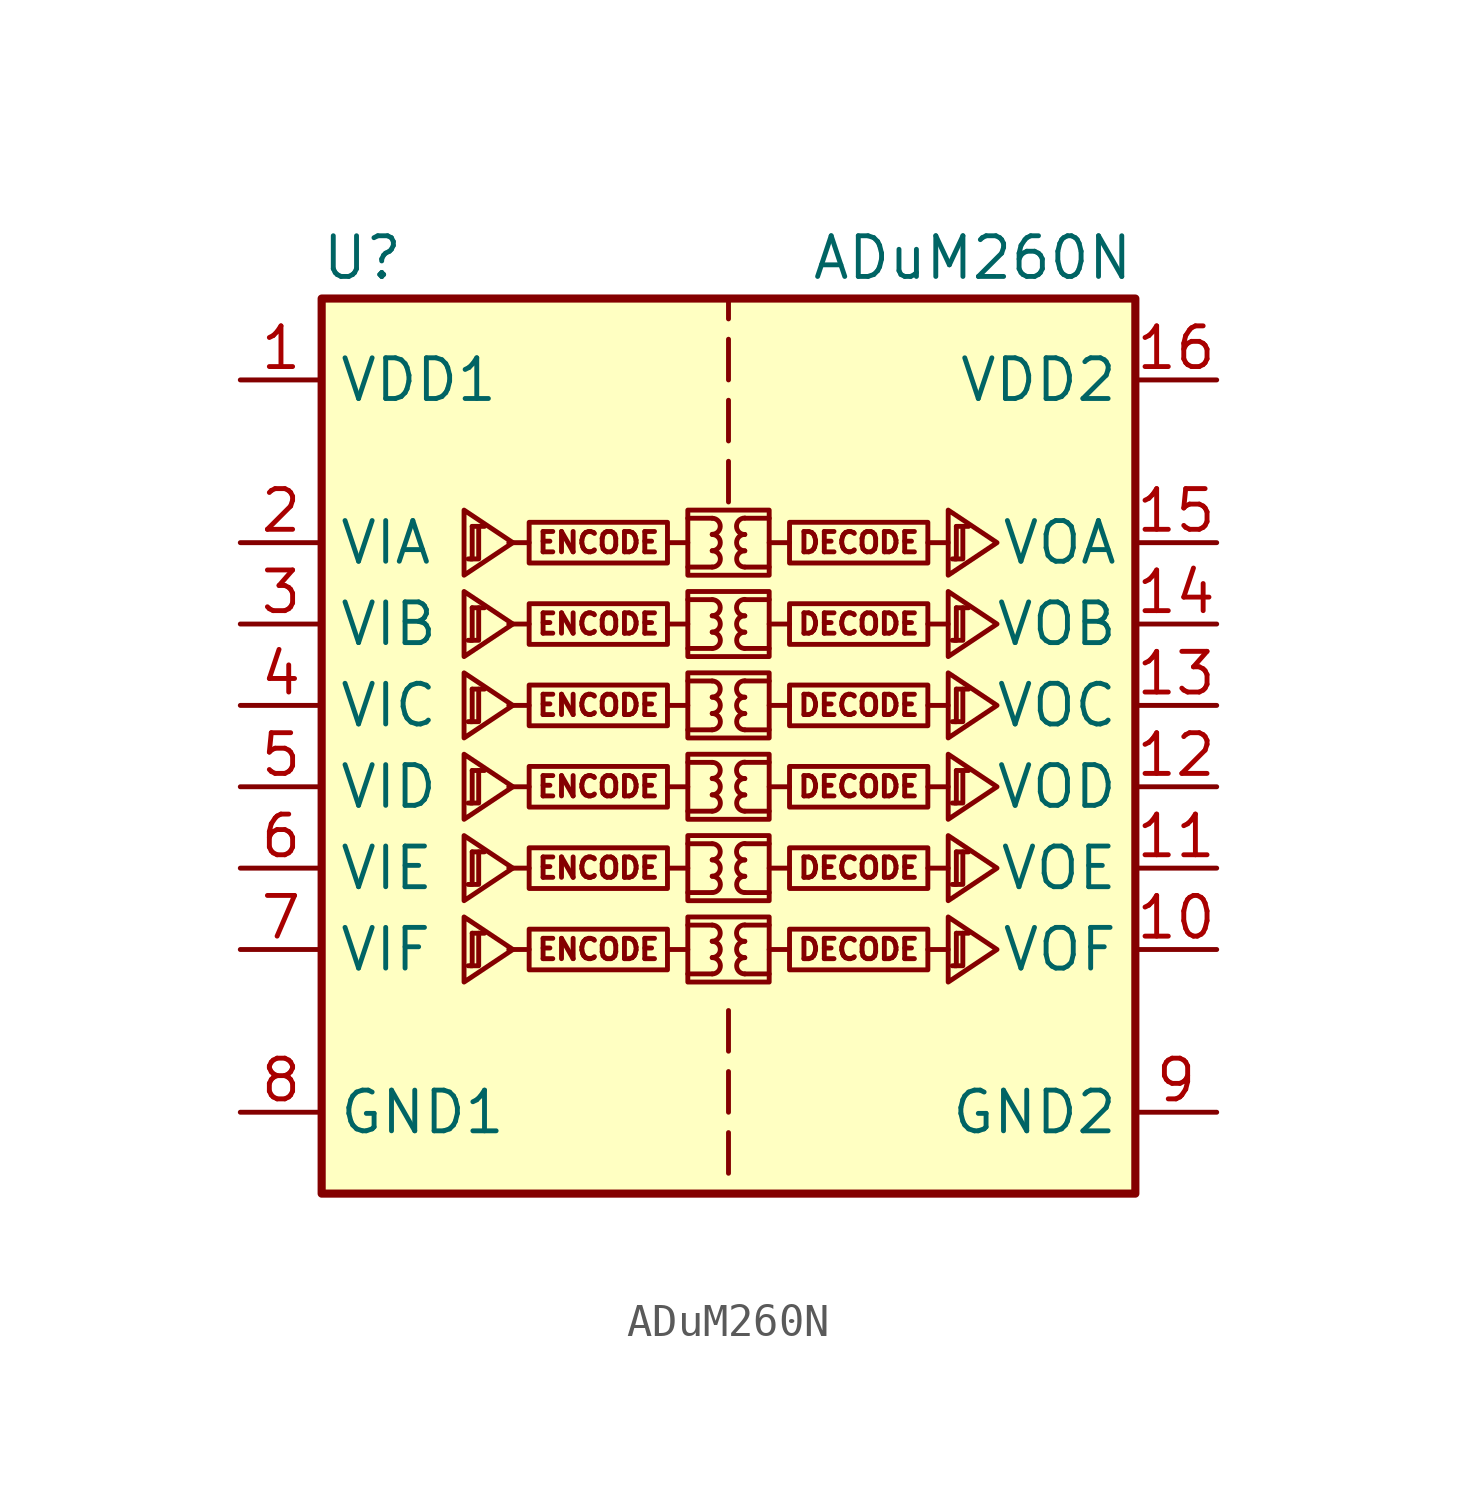
<source format=kicad_sym>
(kicad_symbol_lib
  (version 20201005)
  (generator kicad_symbol_editor)
  (symbol "ADuM260N"
    (property "Reference" "U"
      (at -11.43 16.51 0)
      (effects (font (size 1.27 1.27))))
    (property "Value" "ADuM260N"
      (at 7.62 16.51 0)
      (effects (font (size 1.27 1.27))))
    (symbol "ADuM260N_0_1"
      (polyline (pts (xy -8.001 8.128) (xy -7.62 8.128)) (stroke (width 0)) (fill (type none)))
      (polyline (pts (xy -8.052 7.112) (xy -7.798 7.112) (xy -7.798 8.128)) (stroke (width 0)) (fill (type none)))
      (polyline (pts (xy -8.001 8.128) (xy -8.001 7.112) (xy -8.128 7.112)) (stroke (width 0)) (fill (type none)))
      (polyline (pts (xy -6.731 7.62) (xy -8.255 8.636) (xy -8.255 6.604) (xy -6.731 7.62)) (stroke (width 0)) (fill (type none))))
    (symbol "ADuM260N_1_0"
      (arc (start -0.508 -5.842) (end -0.508 -5.334) (radius (at -0.508 -5.588) (length 0.254) (angles -89.9 89.9)) (stroke (width 0)) (fill (type none)))
      (arc (start -0.508 -5.334) (end -0.508 -4.826) (radius (at -0.508 -5.08) (length 0.254) (angles -89.9 89.9)) (stroke (width 0)) (fill (type none)))
      (arc (start -0.508 -4.826) (end -0.508 -4.318) (radius (at -0.508 -4.572) (length 0.254) (angles -89.9 89.9)) (stroke (width 0)) (fill (type none)))
      (arc (start -0.508 -3.302) (end -0.508 -2.794) (radius (at -0.508 -3.048) (length 0.254) (angles -89.9 89.9)) (stroke (width 0)) (fill (type none)))
      (arc (start -0.508 -2.794) (end -0.508 -2.286) (radius (at -0.508 -2.54) (length 0.254) (angles -89.9 89.9)) (stroke (width 0)) (fill (type none)))
      (arc (start -0.508 -2.286) (end -0.508 -1.778) (radius (at -0.508 -2.032) (length 0.254) (angles -89.9 89.9)) (stroke (width 0)) (fill (type none)))
      (arc (start -0.508 -0.762) (end -0.508 -0.254) (radius (at -0.508 -0.508) (length 0.254) (angles -89.9 89.9)) (stroke (width 0)) (fill (type none)))
      (arc (start -0.508 -0.254) (end -0.508 0.254) (radius (at -0.508 0) (length 0.254) (angles -89.9 89.9)) (stroke (width 0)) (fill (type none)))
      (arc (start -0.508 0.254) (end -0.508 0.762) (radius (at -0.508 0.508) (length 0.254) (angles -89.9 89.9)) (stroke (width 0)) (fill (type none)))
      (arc (start -0.508 1.778) (end -0.508 2.286) (radius (at -0.508 2.032) (length 0.254) (angles -89.9 89.9)) (stroke (width 0)) (fill (type none)))
      (arc (start -0.508 2.286) (end -0.508 2.794) (radius (at -0.508 2.54) (length 0.254) (angles -89.9 89.9)) (stroke (width 0)) (fill (type none)))
      (arc (start -0.508 2.794) (end -0.508 3.302) (radius (at -0.508 3.048) (length 0.254) (angles -89.9 89.9)) (stroke (width 0)) (fill (type none)))
      (arc (start -0.508 4.318) (end -0.508 4.826) (radius (at -0.508 4.572) (length 0.254) (angles -89.9 89.9)) (stroke (width 0)) (fill (type none)))
      (arc (start -0.508 4.826) (end -0.508 5.334) (radius (at -0.508 5.08) (length 0.254) (angles -89.9 89.9)) (stroke (width 0)) (fill (type none)))
      (arc (start -0.508 5.334) (end -0.508 5.842) (radius (at -0.508 5.588) (length 0.254) (angles -89.9 89.9)) (stroke (width 0)) (fill (type none)))
      (arc (start -0.508 6.858) (end -0.508 7.366) (radius (at -0.508 7.112) (length 0.254) (angles -89.9 89.9)) (stroke (width 0)) (fill (type none)))
      (arc (start -0.508 7.366) (end -0.508 7.874) (radius (at -0.508 7.62) (length 0.254) (angles -89.9 89.9)) (stroke (width 0)) (fill (type none)))
      (arc (start -0.508 7.874) (end -0.508 8.382) (radius (at -0.508 8.128) (length 0.254) (angles -89.9 89.9)) (stroke (width 0)) (fill (type none)))
      (arc (start 0.508 -5.334) (end 0.508 -5.842) (radius (at 0.508 -5.588) (length 0.254) (angles 90.1 -90.1)) (stroke (width 0)) (fill (type none)))
      (arc (start 0.508 -4.826) (end 0.508 -5.334) (radius (at 0.508 -5.08) (length 0.254) (angles 90.1 -90.1)) (stroke (width 0)) (fill (type none)))
      (arc (start 0.508 -4.318) (end 0.508 -4.826) (radius (at 0.508 -4.572) (length 0.254) (angles 90.1 -90.1)) (stroke (width 0)) (fill (type none)))
      (arc (start 0.508 -2.794) (end 0.508 -3.302) (radius (at 0.508 -3.048) (length 0.254) (angles 90.1 -90.1)) (stroke (width 0)) (fill (type none)))
      (arc (start 0.508 -2.286) (end 0.508 -2.794) (radius (at 0.508 -2.54) (length 0.254) (angles 90.1 -90.1)) (stroke (width 0)) (fill (type none)))
      (arc (start 0.508 -1.778) (end 0.508 -2.286) (radius (at 0.508 -2.032) (length 0.254) (angles 90.1 -90.1)) (stroke (width 0)) (fill (type none)))
      (arc (start 0.508 -0.254) (end 0.508 -0.762) (radius (at 0.508 -0.508) (length 0.254) (angles 90.1 -90.1)) (stroke (width 0)) (fill (type none)))
      (arc (start 0.508 0.254) (end 0.508 -0.254) (radius (at 0.508 0) (length 0.254) (angles 90.1 -90.1)) (stroke (width 0)) (fill (type none)))
      (arc (start 0.508 0.762) (end 0.508 0.254) (radius (at 0.508 0.508) (length 0.254) (angles 90.1 -90.1)) (stroke (width 0)) (fill (type none)))
      (arc (start 0.508 2.286) (end 0.508 1.778) (radius (at 0.508 2.032) (length 0.254) (angles 90.1 -90.1)) (stroke (width 0)) (fill (type none)))
      (arc (start 0.508 2.794) (end 0.508 2.286) (radius (at 0.508 2.54) (length 0.254) (angles 90.1 -90.1)) (stroke (width 0)) (fill (type none)))
      (arc (start 0.508 3.302) (end 0.508 2.794) (radius (at 0.508 3.048) (length 0.254) (angles 90.1 -90.1)) (stroke (width 0)) (fill (type none)))
      (arc (start 0.508 4.826) (end 0.508 4.318) (radius (at 0.508 4.572) (length 0.254) (angles 90.1 -90.1)) (stroke (width 0)) (fill (type none)))
      (arc (start 0.508 5.334) (end 0.508 4.826) (radius (at 0.508 5.08) (length 0.254) (angles 90.1 -90.1)) (stroke (width 0)) (fill (type none)))
      (arc (start 0.508 5.842) (end 0.508 5.334) (radius (at 0.508 5.588) (length 0.254) (angles 90.1 -90.1)) (stroke (width 0)) (fill (type none)))
      (arc (start 0.508 7.366) (end 0.508 6.858) (radius (at 0.508 7.112) (length 0.254) (angles 90.1 -90.1)) (stroke (width 0)) (fill (type none)))
      (arc (start 0.508 7.874) (end 0.508 7.366) (radius (at 0.508 7.62) (length 0.254) (angles 90.1 -90.1)) (stroke (width 0)) (fill (type none)))
      (arc (start 0.508 8.382) (end 0.508 7.874) (radius (at 0.508 8.128) (length 0.254) (angles 90.1 -90.1)) (stroke (width 0)) (fill (type none)))
      (text "DECODE" (at 4.064 -5.08 0) (effects (font (size 0.635 0.635))))
      (text "DECODE" (at 4.064 -2.54 0) (effects (font (size 0.635 0.635))))
      (text "DECODE" (at 4.064 0 0) (effects (font (size 0.635 0.635))))
      (text "DECODE" (at 4.064 2.54 0) (effects (font (size 0.635 0.635))))
      (text "DECODE" (at 4.064 5.08 0) (effects (font (size 0.635 0.635))))
      (text "DECODE" (at 4.064 7.62 0) (effects (font (size 0.635 0.635))))
      (text "ENCODE" (at -4.064 -5.08 0) (effects (font (size 0.635 0.635))))
      (text "ENCODE" (at -4.064 -2.54 0) (effects (font (size 0.635 0.635))))
      (text "ENCODE" (at -4.064 0 0) (effects (font (size 0.635 0.635))))
      (text "ENCODE" (at -4.064 2.54 0) (effects (font (size 0.635 0.635))))
      (text "ENCODE" (at -4.064 5.08 0) (effects (font (size 0.635 0.635))))
      (text "ENCODE" (at -4.064 7.62 0) (effects (font (size 0.635 0.635))))
      (rectangle (start -1.27 -4.064) (end 1.27 -6.096) (stroke (width 0)) (fill (type none)))
      (rectangle (start -1.27 -1.524) (end 1.27 -3.556) (stroke (width 0)) (fill (type none)))
      (rectangle (start -1.27 1.016) (end 1.27 -1.016) (stroke (width 0)) (fill (type none)))
      (rectangle (start -1.27 3.556) (end 1.27 1.524) (stroke (width 0)) (fill (type none)))
      (rectangle (start -1.27 6.096) (end 1.27 4.064) (stroke (width 0)) (fill (type none)))
      (rectangle (start -1.27 8.636) (end 1.27 6.604) (stroke (width 0)) (fill (type none)))
      (rectangle (start 1.905 -4.445) (end 6.223 -5.715) (stroke (width 0)) (fill (type none)))
      (rectangle (start 1.905 -1.905) (end 6.223 -3.175) (stroke (width 0)) (fill (type none)))
      (rectangle (start 1.905 0.635) (end 6.223 -0.635) (stroke (width 0)) (fill (type none)))
      (rectangle (start 1.905 3.175) (end 6.223 1.905) (stroke (width 0)) (fill (type none)))
      (rectangle (start 1.905 5.715) (end 6.223 4.445) (stroke (width 0)) (fill (type none)))
      (rectangle (start 1.905 8.255) (end 6.223 6.985) (stroke (width 0)) (fill (type none)))
      (polyline (pts (xy -6.223 -5.08) (xy -6.858 -5.08)) (stroke (width 0)) (fill (type none)))
      (polyline (pts (xy -6.223 -2.54) (xy -6.858 -2.54)) (stroke (width 0)) (fill (type none)))
      (polyline (pts (xy -6.223 0) (xy -6.858 0)) (stroke (width 0)) (fill (type none)))
      (polyline (pts (xy -6.223 2.54) (xy -6.858 2.54)) (stroke (width 0)) (fill (type none)))
      (polyline (pts (xy -6.223 5.08) (xy -6.858 5.08)) (stroke (width 0)) (fill (type none)))
      (polyline (pts (xy -6.223 7.62) (xy -6.858 7.62)) (stroke (width 0)) (fill (type none)))
      (polyline (pts (xy -1.905 -5.08) (xy -1.27 -5.08)) (stroke (width 0)) (fill (type none)))
      (polyline (pts (xy -1.905 -2.54) (xy -1.27 -2.54)) (stroke (width 0)) (fill (type none)))
      (polyline (pts (xy -1.905 0) (xy -1.27 0)) (stroke (width 0)) (fill (type none)))
      (polyline (pts (xy -1.905 2.54) (xy -1.27 2.54)) (stroke (width 0)) (fill (type none)))
      (polyline (pts (xy -1.905 5.08) (xy -1.27 5.08)) (stroke (width 0)) (fill (type none)))
      (polyline (pts (xy -1.905 7.62) (xy -1.27 7.62)) (stroke (width 0)) (fill (type none)))
      (polyline (pts (xy -1.27 -5.842) (xy -0.508 -5.842)) (stroke (width 0)) (fill (type none)))
      (polyline (pts (xy -1.27 -4.318) (xy -0.508 -4.318)) (stroke (width 0)) (fill (type none)))
      (polyline (pts (xy -1.27 -3.302) (xy -0.508 -3.302)) (stroke (width 0)) (fill (type none)))
      (polyline (pts (xy -1.27 -1.778) (xy -0.508 -1.778)) (stroke (width 0)) (fill (type none)))
      (polyline (pts (xy -1.27 -0.762) (xy -0.508 -0.762)) (stroke (width 0)) (fill (type none)))
      (polyline (pts (xy -1.27 0.762) (xy -0.508 0.762)) (stroke (width 0)) (fill (type none)))
      (polyline (pts (xy -1.27 1.778) (xy -0.508 1.778)) (stroke (width 0)) (fill (type none)))
      (polyline (pts (xy -1.27 3.302) (xy -0.508 3.302)) (stroke (width 0)) (fill (type none)))
      (polyline (pts (xy -1.27 4.318) (xy -0.508 4.318)) (stroke (width 0)) (fill (type none)))
      (polyline (pts (xy -1.27 5.842) (xy -0.508 5.842)) (stroke (width 0)) (fill (type none)))
      (polyline (pts (xy -1.27 6.858) (xy -0.508 6.858)) (stroke (width 0)) (fill (type none)))
      (polyline (pts (xy -1.27 8.382) (xy -0.508 8.382)) (stroke (width 0)) (fill (type none)))
      (polyline (pts (xy 0 -10.795) (xy 0 -12.065)) (stroke (width 0)) (fill (type none)))
      (polyline (pts (xy 0 -8.89) (xy 0 -10.16)) (stroke (width 0)) (fill (type none)))
      (polyline (pts (xy 0 -6.985) (xy 0 -8.255)) (stroke (width 0)) (fill (type none)))
      (polyline (pts (xy 0 8.89) (xy 0 10.16)) (stroke (width 0)) (fill (type none)))
      (polyline (pts (xy 0 12.065) (xy 0 10.795)) (stroke (width 0)) (fill (type none)))
      (polyline (pts (xy 0 13.97) (xy 0 12.7)) (stroke (width 0)) (fill (type none)))
      (polyline (pts (xy 0 14.605) (xy 0 15.24)) (stroke (width 0)) (fill (type none)))
      (polyline (pts (xy 1.27 -5.842) (xy 0.508 -5.842)) (stroke (width 0)) (fill (type none)))
      (polyline (pts (xy 1.27 -4.318) (xy 0.508 -4.318)) (stroke (width 0)) (fill (type none)))
      (polyline (pts (xy 1.27 -3.302) (xy 0.508 -3.302)) (stroke (width 0)) (fill (type none)))
      (polyline (pts (xy 1.27 -1.778) (xy 0.508 -1.778)) (stroke (width 0)) (fill (type none)))
      (polyline (pts (xy 1.27 -0.762) (xy 0.508 -0.762)) (stroke (width 0)) (fill (type none)))
      (polyline (pts (xy 1.27 0.762) (xy 0.508 0.762)) (stroke (width 0)) (fill (type none)))
      (polyline (pts (xy 1.27 1.778) (xy 0.508 1.778)) (stroke (width 0)) (fill (type none)))
      (polyline (pts (xy 1.27 3.302) (xy 0.508 3.302)) (stroke (width 0)) (fill (type none)))
      (polyline (pts (xy 1.27 4.318) (xy 0.508 4.318)) (stroke (width 0)) (fill (type none)))
      (polyline (pts (xy 1.27 5.842) (xy 0.508 5.842)) (stroke (width 0)) (fill (type none)))
      (polyline (pts (xy 1.27 6.858) (xy 0.508 6.858)) (stroke (width 0)) (fill (type none)))
      (polyline (pts (xy 1.27 8.382) (xy 0.508 8.382)) (stroke (width 0)) (fill (type none)))
      (polyline (pts (xy 1.905 -5.08) (xy 1.27 -5.08)) (stroke (width 0)) (fill (type none)))
      (polyline (pts (xy 1.905 -2.54) (xy 1.27 -2.54)) (stroke (width 0)) (fill (type none)))
      (polyline (pts (xy 1.905 0) (xy 1.27 0)) (stroke (width 0)) (fill (type none)))
      (polyline (pts (xy 1.905 2.54) (xy 1.27 2.54)) (stroke (width 0)) (fill (type none)))
      (polyline (pts (xy 1.905 5.08) (xy 1.27 5.08)) (stroke (width 0)) (fill (type none)))
      (polyline (pts (xy 1.905 7.62) (xy 1.27 7.62)) (stroke (width 0)) (fill (type none)))
      (polyline (pts (xy 6.223 -5.08) (xy 6.858 -5.08)) (stroke (width 0)) (fill (type none)))
      (polyline (pts (xy 6.223 -2.54) (xy 6.858 -2.54)) (stroke (width 0)) (fill (type none)))
      (polyline (pts (xy 6.223 0) (xy 6.858 0)) (stroke (width 0)) (fill (type none)))
      (polyline (pts (xy 6.223 2.54) (xy 6.858 2.54)) (stroke (width 0)) (fill (type none)))
      (polyline (pts (xy 6.223 5.08) (xy 6.858 5.08)) (stroke (width 0)) (fill (type none)))
      (polyline (pts (xy 6.223 7.62) (xy 6.858 7.62)) (stroke (width 0)) (fill (type none))))
    (symbol "ADuM260N_1_1"
      (rectangle (start -1.905 -4.445) (end -6.223 -5.715) (stroke (width 0)) (fill (type none)))
      (rectangle (start -1.905 -1.905) (end -6.223 -3.175) (stroke (width 0)) (fill (type none)))
      (rectangle (start -1.905 0.635) (end -6.223 -0.635) (stroke (width 0)) (fill (type none)))
      (rectangle (start -1.905 3.175) (end -6.223 1.905) (stroke (width 0)) (fill (type none)))
      (rectangle (start -1.905 5.715) (end -6.223 4.445) (stroke (width 0)) (fill (type none)))
      (rectangle (start -1.905 8.255) (end -6.223 6.985) (stroke (width 0)) (fill (type none)))
      (rectangle (start -12.7 15.24) (end 12.7 -12.7) (stroke (width 0.254)) (fill (type background)))
      (polyline (pts (xy -8.001 -4.572) (xy -7.62 -4.572)) (stroke (width 0)) (fill (type none)))
      (polyline (pts (xy -8.001 -2.032) (xy -7.62 -2.032)) (stroke (width 0)) (fill (type none)))
      (polyline (pts (xy -8.001 0.508) (xy -7.62 0.508)) (stroke (width 0)) (fill (type none)))
      (polyline (pts (xy -8.001 3.048) (xy -7.62 3.048)) (stroke (width 0)) (fill (type none)))
      (polyline (pts (xy -8.001 5.588) (xy -7.62 5.588)) (stroke (width 0)) (fill (type none)))
      (polyline (pts (xy 7.112 -4.572) (xy 7.493 -4.572)) (stroke (width 0)) (fill (type none)))
      (polyline (pts (xy 7.112 -2.032) (xy 7.493 -2.032)) (stroke (width 0)) (fill (type none)))
      (polyline (pts (xy 7.112 0.508) (xy 7.493 0.508)) (stroke (width 0)) (fill (type none)))
      (polyline (pts (xy 7.112 3.048) (xy 7.493 3.048)) (stroke (width 0)) (fill (type none)))
      (polyline (pts (xy 7.112 5.588) (xy 7.493 5.588)) (stroke (width 0)) (fill (type none)))
      (polyline (pts (xy 7.112 8.128) (xy 7.493 8.128)) (stroke (width 0)) (fill (type none)))
      (polyline (pts (xy -8.052 -5.588) (xy -7.798 -5.588) (xy -7.798 -4.572)) (stroke (width 0)) (fill (type none)))
      (polyline (pts (xy -8.052 -3.048) (xy -7.798 -3.048) (xy -7.798 -2.032)) (stroke (width 0)) (fill (type none)))
      (polyline (pts (xy -8.052 -0.508) (xy -7.798 -0.508) (xy -7.798 0.508)) (stroke (width 0)) (fill (type none)))
      (polyline (pts (xy -8.052 2.032) (xy -7.798 2.032) (xy -7.798 3.048)) (stroke (width 0)) (fill (type none)))
      (polyline (pts (xy -8.052 4.572) (xy -7.798 4.572) (xy -7.798 5.588)) (stroke (width 0)) (fill (type none)))
      (polyline (pts (xy -8.001 -4.572) (xy -8.001 -5.588) (xy -8.128 -5.588)) (stroke (width 0)) (fill (type none)))
      (polyline (pts (xy -8.001 -2.032) (xy -8.001 -3.048) (xy -8.128 -3.048)) (stroke (width 0)) (fill (type none)))
      (polyline (pts (xy -8.001 0.508) (xy -8.001 -0.508) (xy -8.128 -0.508)) (stroke (width 0)) (fill (type none)))
      (polyline (pts (xy -8.001 3.048) (xy -8.001 2.032) (xy -8.128 2.032)) (stroke (width 0)) (fill (type none)))
      (polyline (pts (xy -8.001 5.588) (xy -8.001 4.572) (xy -8.128 4.572)) (stroke (width 0)) (fill (type none)))
      (polyline (pts (xy 7.061 -5.588) (xy 7.315 -5.588) (xy 7.315 -4.572)) (stroke (width 0)) (fill (type none)))
      (polyline (pts (xy 7.061 -3.048) (xy 7.315 -3.048) (xy 7.315 -2.032)) (stroke (width 0)) (fill (type none)))
      (polyline (pts (xy 7.061 -0.508) (xy 7.315 -0.508) (xy 7.315 0.508)) (stroke (width 0)) (fill (type none)))
      (polyline (pts (xy 7.061 2.032) (xy 7.315 2.032) (xy 7.315 3.048)) (stroke (width 0)) (fill (type none)))
      (polyline (pts (xy 7.061 4.572) (xy 7.315 4.572) (xy 7.315 5.588)) (stroke (width 0)) (fill (type none)))
      (polyline (pts (xy 7.061 7.112) (xy 7.315 7.112) (xy 7.315 8.128)) (stroke (width 0)) (fill (type none)))
      (polyline (pts (xy 7.112 -4.572) (xy 7.112 -5.588) (xy 6.985 -5.588)) (stroke (width 0)) (fill (type none)))
      (polyline (pts (xy 7.112 -2.032) (xy 7.112 -3.048) (xy 6.985 -3.048)) (stroke (width 0)) (fill (type none)))
      (polyline (pts (xy 7.112 0.508) (xy 7.112 -0.508) (xy 6.985 -0.508)) (stroke (width 0)) (fill (type none)))
      (polyline (pts (xy 7.112 3.048) (xy 7.112 2.032) (xy 6.985 2.032)) (stroke (width 0)) (fill (type none)))
      (polyline (pts (xy 7.112 5.588) (xy 7.112 4.572) (xy 6.985 4.572)) (stroke (width 0)) (fill (type none)))
      (polyline (pts (xy 7.112 8.128) (xy 7.112 7.112) (xy 6.985 7.112)) (stroke (width 0)) (fill (type none)))
      (polyline (pts (xy -6.731 -5.08) (xy -8.255 -4.064) (xy -8.255 -6.096) (xy -6.731 -5.08)) (stroke (width 0)) (fill (type none)))
      (polyline (pts (xy -6.731 -2.54) (xy -8.255 -1.524) (xy -8.255 -3.556) (xy -6.731 -2.54)) (stroke (width 0)) (fill (type none)))
      (polyline (pts (xy -6.731 0) (xy -8.255 1.016) (xy -8.255 -1.016) (xy -6.731 0)) (stroke (width 0)) (fill (type none)))
      (polyline (pts (xy -6.731 2.54) (xy -8.255 3.556) (xy -8.255 1.524) (xy -6.731 2.54)) (stroke (width 0)) (fill (type none)))
      (polyline (pts (xy -6.731 5.08) (xy -8.255 6.096) (xy -8.255 4.064) (xy -6.731 5.08)) (stroke (width 0)) (fill (type none)))
      (polyline (pts (xy 8.382 -5.08) (xy 6.858 -4.064) (xy 6.858 -6.096) (xy 8.382 -5.08)) (stroke (width 0)) (fill (type none)))
      (polyline (pts (xy 8.382 -2.54) (xy 6.858 -1.524) (xy 6.858 -3.556) (xy 8.382 -2.54)) (stroke (width 0)) (fill (type none)))
      (polyline (pts (xy 8.382 0) (xy 6.858 1.016) (xy 6.858 -1.016) (xy 8.382 0)) (stroke (width 0)) (fill (type none)))
      (polyline (pts (xy 8.382 2.54) (xy 6.858 3.556) (xy 6.858 1.524) (xy 8.382 2.54)) (stroke (width 0)) (fill (type none)))
      (polyline (pts (xy 8.382 5.08) (xy 6.858 6.096) (xy 6.858 4.064) (xy 8.382 5.08)) (stroke (width 0)) (fill (type none)))
      (polyline (pts (xy 8.382 7.62) (xy 6.858 8.636) (xy 6.858 6.604) (xy 8.382 7.62)) (stroke (width 0)) (fill (type none)))
      (pin power_in line (at -15.24 12.7 0) (length 2.54) (name "VDD1" (effects (font (size 1.27 1.27)))) (number "1" (effects (font (size 1.27 1.27)))))
      (pin output line (at 15.24 -5.08 180) (length 2.54) (name "VOF" (effects (font (size 1.27 1.27)))) (number "10" (effects (font (size 1.27 1.27)))))
      (pin output line (at 15.24 -2.54 180) (length 2.54) (name "VOE" (effects (font (size 1.27 1.27)))) (number "11" (effects (font (size 1.27 1.27)))))
      (pin output line (at 15.24 0 180) (length 2.54) (name "VOD" (effects (font (size 1.27 1.27)))) (number "12" (effects (font (size 1.27 1.27)))))
      (pin output line (at 15.24 2.54 180) (length 2.54) (name "VOC" (effects (font (size 1.27 1.27)))) (number "13" (effects (font (size 1.27 1.27)))))
      (pin output line (at 15.24 5.08 180) (length 2.54) (name "VOB" (effects (font (size 1.27 1.27)))) (number "14" (effects (font (size 1.27 1.27)))))
      (pin output line (at 15.24 7.62 180) (length 2.54) (name "VOA" (effects (font (size 1.27 1.27)))) (number "15" (effects (font (size 1.27 1.27)))))
      (pin power_in line (at 15.24 12.7 180) (length 2.54) (name "VDD2" (effects (font (size 1.27 1.27)))) (number "16" (effects (font (size 1.27 1.27)))))
      (pin input line (at -15.24 7.62 0) (length 2.54) (name "VIA" (effects (font (size 1.27 1.27)))) (number "2" (effects (font (size 1.27 1.27)))))
      (pin input line (at -15.24 5.08 0) (length 2.54) (name "VIB" (effects (font (size 1.27 1.27)))) (number "3" (effects (font (size 1.27 1.27)))))
      (pin input line (at -15.24 2.54 0) (length 2.54) (name "VIC" (effects (font (size 1.27 1.27)))) (number "4" (effects (font (size 1.27 1.27)))))
      (pin input line (at -15.24 0 0) (length 2.54) (name "VID" (effects (font (size 1.27 1.27)))) (number "5" (effects (font (size 1.27 1.27)))))
      (pin input line (at -15.24 -2.54 0) (length 2.54) (name "VIE" (effects (font (size 1.27 1.27)))) (number "6" (effects (font (size 1.27 1.27)))))
      (pin input line (at -15.24 -5.08 0) (length 2.54) (name "VIF" (effects (font (size 1.27 1.27)))) (number "7" (effects (font (size 1.27 1.27)))))
      (pin power_in line (at -15.24 -10.16 0) (length 2.54) (name "GND1" (effects (font (size 1.27 1.27)))) (number "8" (effects (font (size 1.27 1.27)))))
      (pin power_in line (at 15.24 -10.16 180) (length 2.54) (name "GND2" (effects (font (size 1.27 1.27)))) (number "9" (effects (font (size 1.27 1.27))))))))
</source>
